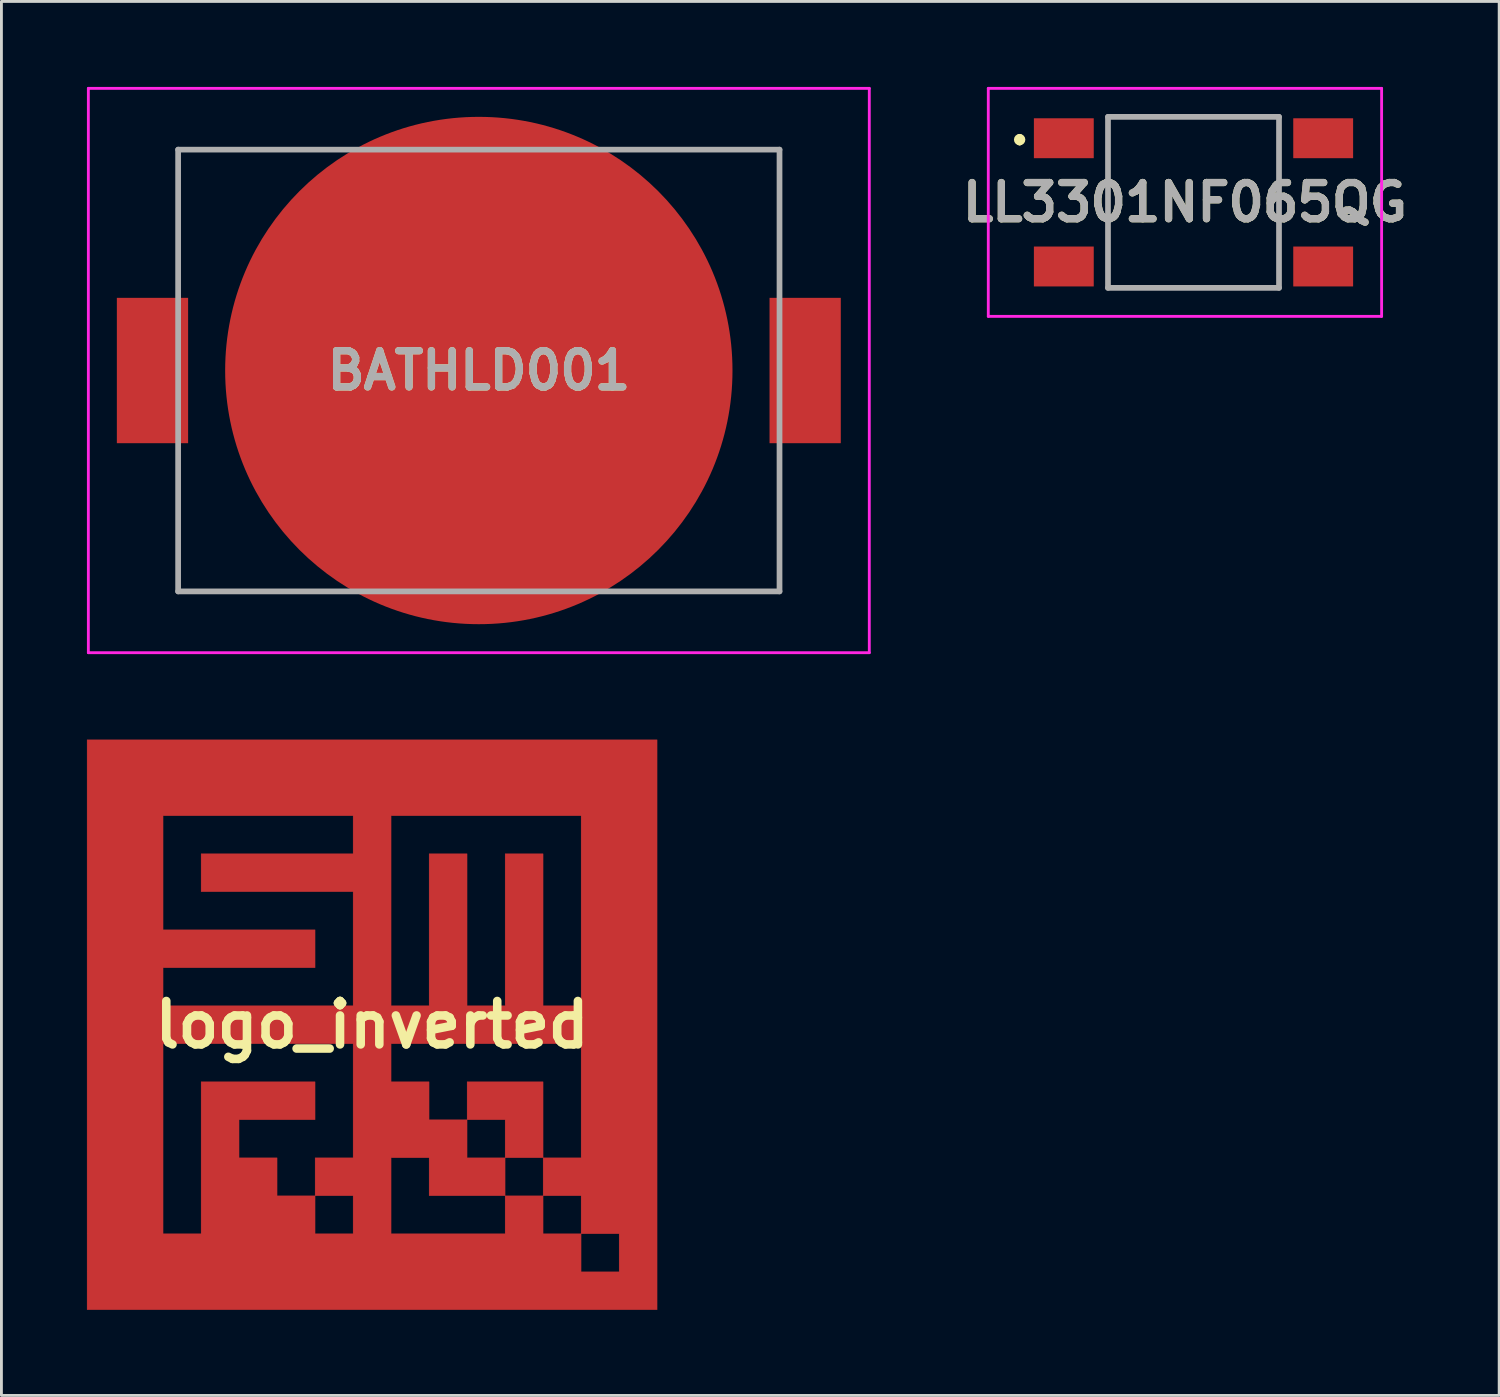
<source format=kicad_pcb>
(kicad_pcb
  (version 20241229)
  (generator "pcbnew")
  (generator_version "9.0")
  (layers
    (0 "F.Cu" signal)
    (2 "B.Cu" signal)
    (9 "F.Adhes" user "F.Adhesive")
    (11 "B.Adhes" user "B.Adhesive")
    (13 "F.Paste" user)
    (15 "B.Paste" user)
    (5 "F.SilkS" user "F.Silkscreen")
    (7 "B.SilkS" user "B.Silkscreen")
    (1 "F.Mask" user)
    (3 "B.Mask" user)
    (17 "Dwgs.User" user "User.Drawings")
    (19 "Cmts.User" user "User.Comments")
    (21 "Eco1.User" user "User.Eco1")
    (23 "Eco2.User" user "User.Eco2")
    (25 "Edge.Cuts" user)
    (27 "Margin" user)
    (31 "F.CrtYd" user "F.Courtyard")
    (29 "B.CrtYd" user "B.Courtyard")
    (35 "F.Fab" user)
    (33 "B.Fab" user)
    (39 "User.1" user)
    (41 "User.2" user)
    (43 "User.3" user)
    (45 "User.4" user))
  (footprint "logo_inverted"
    (layer "F.Cu")
    (at 10.005 32.905)
    (property "Reference" "logo_inverted" (at 0 0 0) (layer "F.SilkS") (effects (font (size 1.524 1.524) (thickness 0.3))))
    (attr through_hole)
    (fp_poly (pts (xy 6 4.667) (xy 4.667 4.667) (xy 4.667 3.333) (xy 3.333 3.333) (xy 3.333 2) (xy 6 2) (xy 6 4.667)) (stroke (width 0.01) (type solid)) (fill yes) (layer "F.Cu"))
    (fp_poly (pts (xy 10 10) (xy -10 10) (xy -10 0.667) (xy -7.333 0.667) (xy -7.333 7.333) (xy -6 7.333) (xy -6 2) (xy -2 2) (xy -2 3.333) (xy -4.667 3.333) (xy -4.667 4.667) (xy -3.333 4.667) (xy -3.333 6) (xy -2 6) (xy -2 7.333) (xy -0.667 7.333) (xy -0.667 6) (xy -2 6) (xy -2 4.667) (xy -0.667 4.667) (xy 0.667 4.667) (xy 0.667 7.333) (xy 4.667 7.333) (xy 4.667 6) (xy 2 6) (xy 2 4.667) (xy 0.667 4.667) (xy -0.667 4.667) (xy -0.667 0.667) (xy 0.667 0.667) (xy 0.667 2) (xy 2 2) (xy 2 3.333) (xy 3.333 3.333) (xy 3.333 4.667) (xy 4.667 4.667) (xy 4.667 6) (xy 6 6) (xy 6 7.333) (xy 7.333 7.333) (xy 7.333 8.667) (xy 8.667 8.667) (xy 8.667 7.333) (xy 7.333 7.333) (xy 7.333 6) (xy 6 6) (xy 6 4.667) (xy 7.333 4.667) (xy 7.333 0.667) (xy 0.667 0.667) (xy -0.667 0.667) (xy -7.333 0.667) (xy -10 0.667) (xy -10 -7.333) (xy -7.333 -7.333) (xy -7.333 -3.333) (xy -2 -3.333) (xy -2 -2) (xy -7.333 -2) (xy -7.333 -0.667) (xy -0.667 -0.667) (xy -0.667 -4.667) (xy -6 -4.667) (xy -6 -6) (xy -0.667 -6) (xy -0.667 -7.333) (xy 0.667 -7.333) (xy 0.667 -0.667) (xy 2 -0.667) (xy 2 -6) (xy 3.333 -6) (xy 3.333 -0.667) (xy 4.667 -0.667) (xy 4.667 -6) (xy 6 -6) (xy 6 -0.667) (xy 7.333 -0.667) (xy 7.333 -7.333) (xy 0.667 -7.333) (xy -0.667 -7.333) (xy -7.333 -7.333) (xy -10 -7.333) (xy -10 -10) (xy 10 -10) (xy 10 10)) (stroke (width 0.01) (type solid)) (fill yes) (layer "F.Cu")))
  (footprint "BATHLD001"
    (layer "F.Cu")
    (at 13.75 9.95)
    (property "Reference" "BATHLD001" (at 0 0 0) (layer "F.SilkS") (effects (font (size 1.27 1.27) (thickness 0.254))))
    (attr smd)
    (fp_line (start -10.55 -7.75) (end -5 -7.75) (stroke (width 0.1) (type solid)) (layer "F.SilkS"))
    (fp_line (start -10.55 -3) (end -10.55 -7.75) (stroke (width 0.1) (type solid)) (layer "F.SilkS"))
    (fp_line (start -10.55 3) (end -10.55 7.75) (stroke (width 0.1) (type solid)) (layer "F.SilkS"))
    (fp_line (start -10.55 7.75) (end -5.5 7.75) (stroke (width 0.1) (type solid)) (layer "F.SilkS"))
    (fp_line (start 5 -7.75) (end 10.55 -7.75) (stroke (width 0.1) (type solid)) (layer "F.SilkS"))
    (fp_line (start 5 7.75) (end 10.55 7.75) (stroke (width 0.1) (type solid)) (layer "F.SilkS"))
    (fp_line (start 10.55 -7.75) (end 10.55 -3) (stroke (width 0.1) (type solid)) (layer "F.SilkS"))
    (fp_line (start 10.55 7.75) (end 10.55 3) (stroke (width 0.1) (type solid)) (layer "F.SilkS"))
    (fp_line (start -13.7 -9.9) (end 13.7 -9.9) (stroke (width 0.1) (type solid)) (layer "F.CrtYd"))
    (fp_line (start -13.7 9.9) (end -13.7 -9.9) (stroke (width 0.1) (type solid)) (layer "F.CrtYd"))
    (fp_line (start 13.7 -9.9) (end 13.7 9.9) (stroke (width 0.1) (type solid)) (layer "F.CrtYd"))
    (fp_line (start 13.7 9.9) (end -13.7 9.9) (stroke (width 0.1) (type solid)) (layer "F.CrtYd"))
    (fp_line (start -10.55 -7.75) (end 10.55 -7.75) (stroke (width 0.2) (type solid)) (layer "F.Fab"))
    (fp_line (start -10.55 7.75) (end -10.55 -7.75) (stroke (width 0.2) (type solid)) (layer "F.Fab"))
    (fp_line (start 10.55 -7.75) (end 10.55 7.75) (stroke (width 0.2) (type solid)) (layer "F.Fab"))
    (fp_line (start 10.55 7.75) (end -10.55 7.75) (stroke (width 0.2) (type solid)) (layer "F.Fab"))
    (fp_text user "${REFERENCE}" (at 0 0 0) (layer "F.Fab") (effects (font (size 1.27 1.27) (thickness 0.254))))
    (pad "1" smd rect (at 11.45 0) (size 2.5 5.1) (layers "F.Cu" "F.Mask" "F.Paste"))
    (pad "2" smd rect (at -11.45 0) (size 2.5 5.1) (layers "F.Cu" "F.Mask" "F.Paste"))
    (pad "3" smd circle (at 0 0 90) (size 17.8 17.8) (layers "F.Cu" "F.Mask" "F.Paste")))
  (footprint "LL3301NF065QG"
    (layer "F.Cu")
    (at 38.825 4.05)
    (property "Reference" "LL3301NF065QG" (at -0.3 0 0) (layer "F.SilkS") (effects (font (size 1.27 1.27) (thickness 0.254))))
    (attr smd)
    (fp_line (start -6.1 -2.3) (end -6.1 -2.3) (stroke (width 0.2) (type solid)) (layer "F.SilkS"))
    (fp_line (start -6.1 -2.1) (end -6.1 -2.1) (stroke (width 0.2) (type solid)) (layer "F.SilkS"))
    (fp_line (start -3 -3) (end 3 -3) (stroke (width 0.1) (type solid)) (layer "F.SilkS"))
    (fp_line (start -3 3) (end -3 -3) (stroke (width 0.1) (type solid)) (layer "F.SilkS"))
    (fp_line (start 3 -3) (end 3 3) (stroke (width 0.1) (type solid)) (layer "F.SilkS"))
    (fp_line (start 3 3) (end -3 3) (stroke (width 0.1) (type solid)) (layer "F.SilkS"))
    (fp_arc (start -6.1 -2.3) (mid -6 -2.2) (end -6.1 -2.1) (stroke (width 0.2) (type solid)) (layer "F.SilkS"))
    (fp_arc (start -6.1 -2.1) (mid -6.2 -2.2) (end -6.1 -2.3) (stroke (width 0.2) (type solid)) (layer "F.SilkS"))
    (fp_line (start -7.2 -4) (end 6.6 -4) (stroke (width 0.1) (type solid)) (layer "F.CrtYd"))
    (fp_line (start -7.2 4) (end -7.2 -4) (stroke (width 0.1) (type solid)) (layer "F.CrtYd"))
    (fp_line (start 6.6 -4) (end 6.6 4) (stroke (width 0.1) (type solid)) (layer "F.CrtYd"))
    (fp_line (start 6.6 4) (end -7.2 4) (stroke (width 0.1) (type solid)) (layer "F.CrtYd"))
    (fp_line (start -3 -3) (end 3 -3) (stroke (width 0.2) (type solid)) (layer "F.Fab"))
    (fp_line (start -3 3) (end -3 -3) (stroke (width 0.2) (type solid)) (layer "F.Fab"))
    (fp_line (start 3 -3) (end 3 3) (stroke (width 0.2) (type solid)) (layer "F.Fab"))
    (fp_line (start 3 3) (end -3 3) (stroke (width 0.2) (type solid)) (layer "F.Fab"))
    (fp_text user "${REFERENCE}" (at -0.3 0 0) (layer "F.Fab") (effects (font (size 1.27 1.27) (thickness 0.254))))
    (pad "1" smd rect (at -4.55 -2.25 90) (size 1.4 2.1) (layers "F.Cu" "F.Mask" "F.Paste"))
    (pad "1" smd rect (at -4.55 2.25 90) (size 1.4 2.1) (layers "F.Cu" "F.Mask" "F.Paste"))
    (pad "2" smd rect (at 4.55 -2.25 90) (size 1.4 2.1) (layers "F.Cu" "F.Mask" "F.Paste"))
    (pad "2" smd rect (at 4.55 2.25 90) (size 1.4 2.1) (layers "F.Cu" "F.Mask" "F.Paste")))
  (gr_rect
    (start -3 -3)
    (end 49.55 45.91)
    (stroke (width 0.1) (type default))
    (fill no)
    (layer "Edge.Cuts")))
</source>
